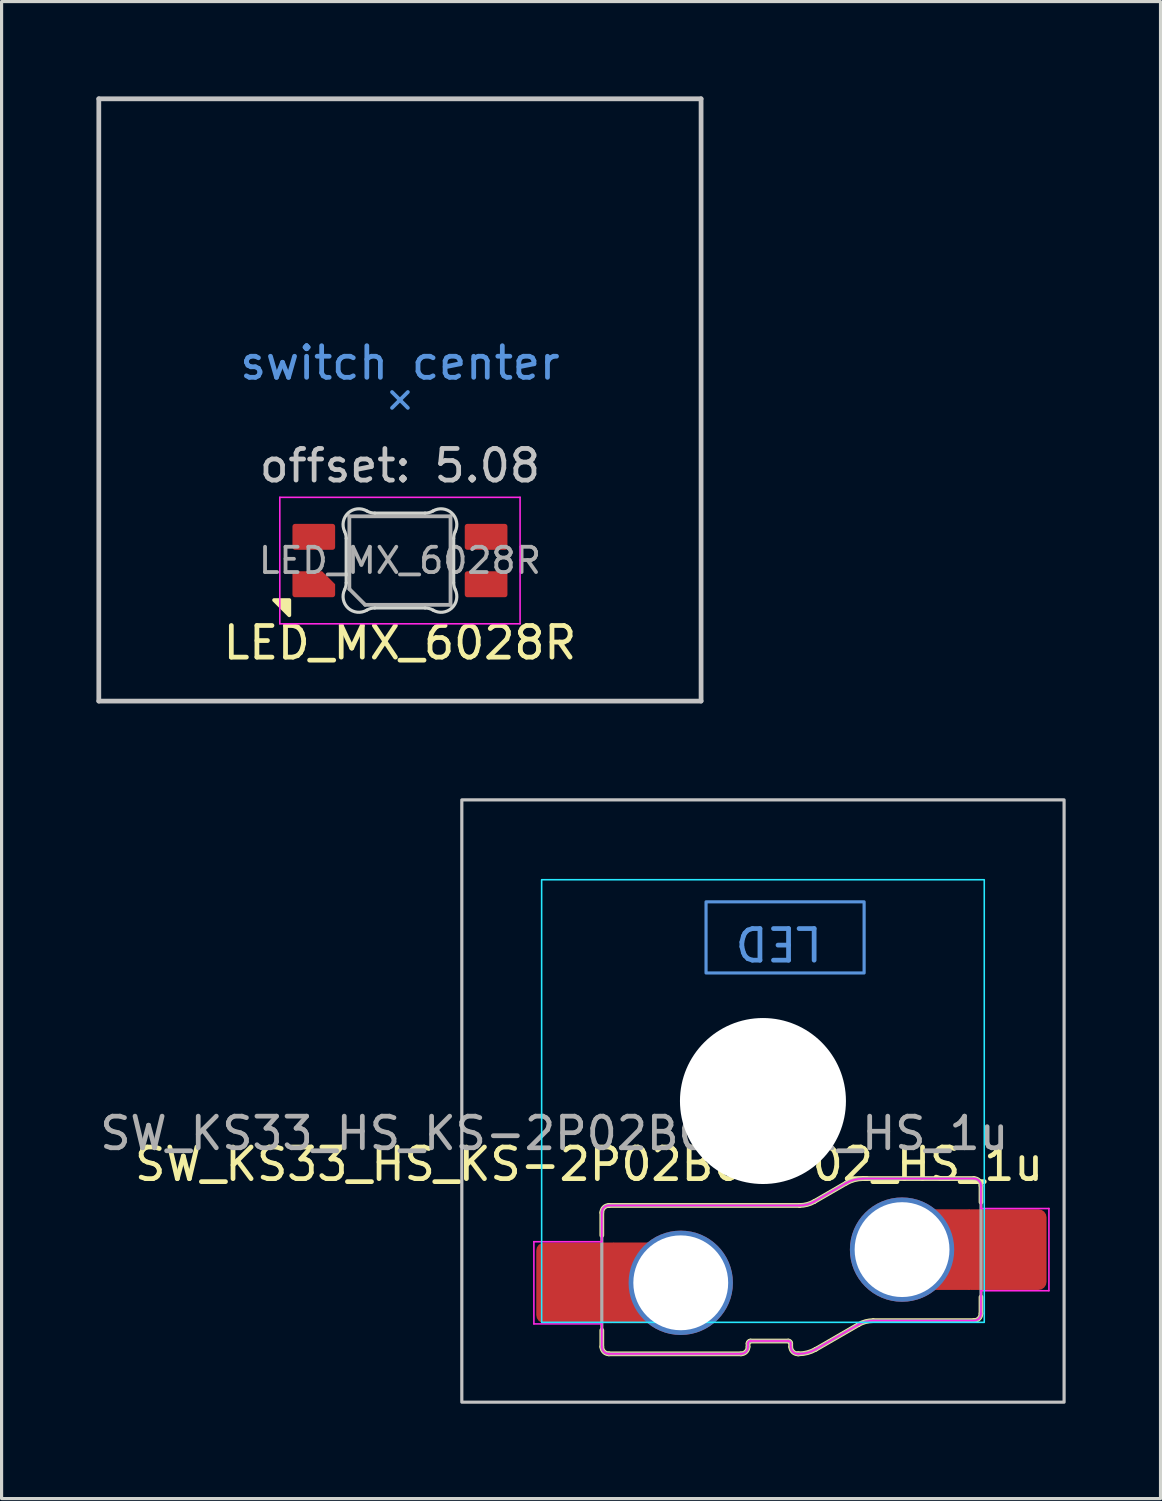
<source format=kicad_pcb>
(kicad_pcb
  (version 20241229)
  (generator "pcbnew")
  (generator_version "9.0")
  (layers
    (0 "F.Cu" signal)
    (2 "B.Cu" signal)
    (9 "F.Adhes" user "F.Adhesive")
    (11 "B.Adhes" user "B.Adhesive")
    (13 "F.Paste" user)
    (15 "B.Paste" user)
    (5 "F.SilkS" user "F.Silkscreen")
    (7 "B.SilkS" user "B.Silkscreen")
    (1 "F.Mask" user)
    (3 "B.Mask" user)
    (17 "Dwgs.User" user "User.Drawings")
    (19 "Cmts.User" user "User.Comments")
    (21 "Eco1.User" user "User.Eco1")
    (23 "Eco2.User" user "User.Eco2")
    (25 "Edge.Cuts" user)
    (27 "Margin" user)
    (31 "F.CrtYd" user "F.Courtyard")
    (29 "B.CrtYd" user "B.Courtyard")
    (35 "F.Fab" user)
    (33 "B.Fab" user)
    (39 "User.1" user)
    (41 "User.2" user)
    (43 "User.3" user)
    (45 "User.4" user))
  (footprint "LED_MX_6028R"
    (layer "F.Cu")
    (at 9.6 14.68)
    (property "Reference" "LED_MX_6028R" (at 0 2.6 0) (layer "F.SilkS") (effects (font (size 1 1) (thickness 0.15))))
    (attr smd)
    (fp_poly (pts (xy -3.5 1.25) (xy -3.5 1.73) (xy -3.98 1.25) (xy -3.5 1.25)) (stroke (width 0.12) (type solid)) (fill yes) (layer "F.SilkS"))
    (fp_line (start -9.525 -14.605) (end -9.525 4.445) (stroke (width 0.15) (type solid)) (layer "Dwgs.User"))
    (fp_line (start -9.525 4.445) (end 9.525 4.445) (stroke (width 0.15) (type solid)) (layer "Dwgs.User"))
    (fp_line (start 9.525 -14.605) (end -9.525 -14.605) (stroke (width 0.15) (type solid)) (layer "Dwgs.User"))
    (fp_line (start 9.525 4.445) (end 9.525 -14.605) (stroke (width 0.15) (type solid)) (layer "Dwgs.User"))
    (fp_line (start -0.25 -4.83) (end 0 -5.08) (stroke (width 0.12) (type solid)) (layer "Cmts.User"))
    (fp_line (start 0 -5.08) (end -0.25 -5.33) (stroke (width 0.12) (type solid)) (layer "Cmts.User"))
    (fp_line (start 0 -5.08) (end 0.25 -5.33) (stroke (width 0.12) (type solid)) (layer "Cmts.User"))
    (fp_line (start 0.25 -4.83) (end 0 -5.08) (stroke (width 0.12) (type solid)) (layer "Cmts.User"))
    (fp_line (start -1.7 -0.703) (end -1.7 0.703) (stroke (width 0.1) (type solid)) (layer "Edge.Cuts"))
    (fp_line (start -0.794 1.5) (end 0.794 1.5) (stroke (width 0.1) (type solid)) (layer "Edge.Cuts"))
    (fp_line (start 0.794 -1.5) (end -0.794 -1.5) (stroke (width 0.1) (type solid)) (layer "Edge.Cuts"))
    (fp_line (start 1.7 0.703) (end 1.7 -0.703) (stroke (width 0.1) (type solid)) (layer "Edge.Cuts"))
    (fp_arc (start -1.749484 -0.919721) (mid -1.712527 -0.814069) (end -1.699999 -0.702844) (stroke (width 0.1) (type solid)) (layer "Edge.Cuts"))
    (fp_arc (start -1.749484 -0.919721) (mid -1.63807 -1.504035) (end -1.046711 -1.568299) (stroke (width 0.1) (type solid)) (layer "Edge.Cuts"))
    (fp_arc (start -1.699999 0.702841) (mid -1.712527 0.814067) (end -1.749484 0.919719) (stroke (width 0.1) (type solid)) (layer "Edge.Cuts"))
    (fp_arc (start -1.046711 1.568298) (mid -1.638072 1.504034) (end -1.749484 0.919718) (stroke (width 0.1) (type solid)) (layer "Edge.Cuts"))
    (fp_arc (start -1.046711 1.568298) (mid -0.925123 1.517376) (end -0.794452 1.499999) (stroke (width 0.1) (type solid)) (layer "Edge.Cuts"))
    (fp_arc (start -0.794453 -1.5) (mid -0.925123 -1.517377) (end -1.046711 -1.568299) (stroke (width 0.1) (type solid)) (layer "Edge.Cuts"))
    (fp_arc (start 0.794452 1.499999) (mid 0.925122 1.517376) (end 1.04671 1.568298) (stroke (width 0.1) (type solid)) (layer "Edge.Cuts"))
    (fp_arc (start 1.046711 -1.5683) (mid 0.925123 -1.517378) (end 0.794453 -1.500001) (stroke (width 0.1) (type solid)) (layer "Edge.Cuts"))
    (fp_arc (start 1.046711 -1.5683) (mid 1.638072 -1.504036) (end 1.749484 -0.919721) (stroke (width 0.1) (type solid)) (layer "Edge.Cuts"))
    (fp_arc (start 1.699999 -0.702843) (mid 1.712515 -0.814073) (end 1.749484 -0.919721) (stroke (width 0.1) (type solid)) (layer "Edge.Cuts"))
    (fp_arc (start 1.749484 0.919719) (mid 1.638072 1.504037) (end 1.046711 1.568296) (stroke (width 0.1) (type solid)) (layer "Edge.Cuts"))
    (fp_arc (start 1.749484 0.919719) (mid 1.712537 0.814065) (end 1.699999 0.702842) (stroke (width 0.1) (type solid)) (layer "Edge.Cuts"))
    (fp_line (start -3.8 -2) (end 3.8 -2) (stroke (width 0.05) (type solid)) (layer "F.CrtYd"))
    (fp_line (start -3.8 2) (end -3.8 -2) (stroke (width 0.05) (type solid)) (layer "F.CrtYd"))
    (fp_line (start 3.8 -2) (end 3.8 2) (stroke (width 0.05) (type solid)) (layer "F.CrtYd"))
    (fp_line (start 3.8 2) (end -3.8 2) (stroke (width 0.05) (type solid)) (layer "F.CrtYd"))
    (fp_line (start -1.6 -1.4) (end 1.6 -1.4) (stroke (width 0.12) (type solid)) (layer "F.Fab"))
    (fp_line (start -1.6 0.9) (end -1.6 -1.4) (stroke (width 0.12) (type solid)) (layer "F.Fab"))
    (fp_line (start -1.6 0.9) (end -1.1 1.4) (stroke (width 0.12) (type solid)) (layer "F.Fab"))
    (fp_line (start 1.6 -1.4) (end 1.6 1.4) (stroke (width 0.12) (type solid)) (layer "F.Fab"))
    (fp_line (start 1.6 1.4) (end -1.1 1.4) (stroke (width 0.12) (type solid)) (layer "F.Fab"))
    (fp_text user "offset: 5.08" (at 0 -3 0) (layer "Dwgs.User") (effects (font (size 1 1) (thickness 0.15))))
    (fp_text user "switch center" (at 0 -6.25 0) (layer "Cmts.User") (effects (font (size 1 1) (thickness 0.15))))
    (fp_text user "${REFERENCE}" (at 0 0 0) (layer "F.Fab") (effects (font (size 0.8 0.8) (thickness 0.12))))
    (pad "1" smd roundrect (at 2.725 -0.75 270) (size 0.82 1.35) (layers "F.Cu" "F.Mask" "F.Paste") (roundrect_rratio 0.1))
    (pad "2" smd roundrect (at 2.725 0.75 270) (size 0.82 1.35) (layers "F.Cu" "F.Mask" "F.Paste") (roundrect_rratio 0.1))
    (pad "3" smd roundrect (at -2.725 -0.75 270) (size 0.82 1.35) (layers "F.Cu" "F.Mask" "F.Paste") (roundrect_rratio 0.1))
    (pad "4" smd roundrect (at -2.725 0.75 270) (size 0.82 1.35) (layers "F.Cu" "F.Mask" "F.Paste") (roundrect_rratio 0.1) (chamfer_ratio 0.5) (chamfer top_left)))
  (footprint "SW_KS33_HS_KS-2P02B01-02_HS_1u"
    (layer "F.Cu")
    (at 21.082 31.775)
    (property "Reference" "SW_KS33_HS_KS-2P02B01-02_HS_1u" (at -5.5 2 0) (layer "F.SilkS") (effects (font (size 1 1) (thickness 0.15))))
    (attr smd)
    (fp_line (start -5.097 3.528) (end -5.097 4.25) (stroke (width 0.15) (type solid)) (layer "F.SilkS"))
    (fp_line (start -5.097 7.772) (end -5.097 7.25) (stroke (width 0.15) (type solid)) (layer "F.SilkS"))
    (fp_line (start -4.872 3.303) (end 1.161 3.303) (stroke (width 0.15) (type solid)) (layer "F.SilkS"))
    (fp_line (start -0.697 7.997) (end -4.872 7.997) (stroke (width 0.15) (type solid)) (layer "F.SilkS"))
    (fp_line (start -0.472 7.666) (end -0.472 7.772) (stroke (width 0.15) (type solid)) (layer "F.SilkS"))
    (fp_line (start 0.803 7.591) (end -0.397 7.591) (stroke (width 0.15) (type solid)) (layer "F.SilkS"))
    (fp_line (start 0.878 7.772) (end 0.878 7.666) (stroke (width 0.15) (type solid)) (layer "F.SilkS"))
    (fp_line (start 1.131 7.997) (end 1.103 7.997) (stroke (width 0.15) (type solid)) (layer "F.SilkS"))
    (fp_line (start 1.623 3.18) (end 2.631 2.597) (stroke (width 0.15) (type solid)) (layer "F.SilkS"))
    (fp_line (start 3.023 7.07) (end 1.669 7.853) (stroke (width 0.15) (type solid)) (layer "F.SilkS"))
    (fp_line (start 3.169 2.453) (end 6.672 2.453) (stroke (width 0.15) (type solid)) (layer "F.SilkS"))
    (fp_line (start 6.672 6.947) (end 3.486 6.947) (stroke (width 0.15) (type solid)) (layer "F.SilkS"))
    (fp_line (start 6.897 2.678) (end 6.897 3.2) (stroke (width 0.15) (type solid)) (layer "F.SilkS"))
    (fp_line (start 6.897 6.722) (end 6.897 6.2) (stroke (width 0.15) (type solid)) (layer "F.SilkS"))
    (fp_arc (start -5.096509 3.528462) (mid -5.030608 3.369392) (end -4.871538 3.303491) (stroke (width 0.15) (type solid)) (layer "F.SilkS"))
    (fp_arc (start -4.871547 7.996509) (mid -5.030611 7.930605) (end -5.096509 7.771538) (stroke (width 0.15) (type solid)) (layer "F.SilkS"))
    (fp_arc (start -0.471517 7.666366) (mid -0.44955 7.613333) (end -0.396517 7.591366) (stroke (width 0.15) (type solid)) (layer "F.SilkS"))
    (fp_arc (start -0.471517 7.772359) (mid -0.537421 7.931461) (end -0.696525 7.997359) (stroke (width 0.15) (type solid)) (layer "F.SilkS"))
    (fp_arc (start 0.803483 7.591366) (mid 0.856495 7.613354) (end 0.878483 7.666366) (stroke (width 0.15) (type solid)) (layer "F.SilkS"))
    (fp_arc (start 1.103483 7.996509) (mid 0.944382 7.930609) (end 0.878483 7.771509) (stroke (width 0.15) (type solid)) (layer "F.SilkS"))
    (fp_arc (start 1.623227 3.179574) (mid 1.400151 3.271972) (end 1.160763 3.303491) (stroke (width 0.15) (type solid)) (layer "F.SilkS"))
    (fp_arc (start 1.66858 7.852507) (mid 1.409348 7.959882) (end 1.131159 7.996509) (stroke (width 0.15) (type solid)) (layer "F.SilkS"))
    (fp_arc (start 2.63142 2.597493) (mid 2.890656 2.490138) (end 3.168841 2.453491) (stroke (width 0.15) (type solid)) (layer "F.SilkS"))
    (fp_arc (start 3.023183 7.070426) (mid 3.246255 6.978013) (end 3.485647 6.946509) (stroke (width 0.15) (type solid)) (layer "F.SilkS"))
    (fp_arc (start 6.671525 2.453491) (mid 6.830601 2.51939) (end 6.896509 2.678462) (stroke (width 0.15) (type solid)) (layer "F.SilkS"))
    (fp_arc (start 6.896509 6.721538) (mid 6.830605 6.880605) (end 6.671538 6.946509) (stroke (width 0.15) (type solid)) (layer "F.SilkS"))
    (fp_rect (start -9.525 -9.525) (end 9.525 9.525) (stroke (width 0.1) (type default)) (fill no) (layer "Dwgs.User"))
    (fp_rect (start 3.2 -6.3) (end -1.8 -4.05) (stroke (width 0.1) (type default)) (fill no) (layer "Cmts.User"))
    (fp_line (start -7 6.5) (end -7 -6.5) (stroke (width 0.1) (type default)) (layer "Eco2.User"))
    (fp_line (start -6.5 -7) (end 6.5 -7) (stroke (width 0.1) (type default)) (layer "Eco2.User"))
    (fp_line (start 6.5 7) (end -6.5 7) (stroke (width 0.1) (type default)) (layer "Eco2.User"))
    (fp_line (start 7 -6.5) (end 7 6.5) (stroke (width 0.1) (type default)) (layer "Eco2.User"))
    (fp_arc (start -7 -6.5) (mid -6.853553 -6.853553) (end -6.5 -7) (stroke (width 0.1) (type default)) (layer "Eco2.User"))
    (fp_arc (start -6.5 7) (mid -6.853553 6.853553) (end -7 6.5) (stroke (width 0.1) (type default)) (layer "Eco2.User"))
    (fp_arc (start 6.5 -7) (mid 6.853553 -6.853553) (end 7 -6.5) (stroke (width 0.1) (type default)) (layer "Eco2.User"))
    (fp_arc (start 7 6.5) (mid 6.853553 6.853553) (end 6.5 7) (stroke (width 0.1) (type default)) (layer "Eco2.User"))
    (fp_rect (start -7 -7) (end 7 7) (stroke (width 0.05) (type default)) (fill no) (layer "B.CrtYd"))
    (fp_line (start -7.245 4.45) (end -5.097 4.45) (stroke (width 0.05) (type solid)) (layer "F.CrtYd"))
    (fp_line (start -7.245 7.05) (end -7.245 4.45) (stroke (width 0.05) (type solid)) (layer "F.CrtYd"))
    (fp_line (start -5.097 4.45) (end -5.097 3.528) (stroke (width 0.05) (type default)) (layer "F.CrtYd"))
    (fp_line (start -5.097 7.05) (end -7.245 7.05) (stroke (width 0.05) (type solid)) (layer "F.CrtYd"))
    (fp_line (start -5.097 7.772) (end -5.097 7.05) (stroke (width 0.05) (type solid)) (layer "F.CrtYd"))
    (fp_line (start -4.872 3.303) (end 1.161 3.303) (stroke (width 0.05) (type solid)) (layer "F.CrtYd"))
    (fp_line (start -0.697 7.997) (end -4.872 7.997) (stroke (width 0.05) (type solid)) (layer "F.CrtYd"))
    (fp_line (start -0.472 7.666) (end -0.472 7.772) (stroke (width 0.05) (type solid)) (layer "F.CrtYd"))
    (fp_line (start 0.803 7.591) (end -0.397 7.591) (stroke (width 0.05) (type solid)) (layer "F.CrtYd"))
    (fp_line (start 0.878 7.772) (end 0.878 7.666) (stroke (width 0.05) (type solid)) (layer "F.CrtYd"))
    (fp_line (start 1.131 7.997) (end 1.103 7.997) (stroke (width 0.05) (type solid)) (layer "F.CrtYd"))
    (fp_line (start 1.623 3.18) (end 2.631 2.597) (stroke (width 0.05) (type solid)) (layer "F.CrtYd"))
    (fp_line (start 3.023 7.07) (end 1.669 7.853) (stroke (width 0.05) (type solid)) (layer "F.CrtYd"))
    (fp_line (start 3.169 2.453) (end 6.672 2.453) (stroke (width 0.05) (type solid)) (layer "F.CrtYd"))
    (fp_line (start 6.672 6.947) (end 3.486 6.947) (stroke (width 0.05) (type solid)) (layer "F.CrtYd"))
    (fp_line (start 6.897 2.678) (end 6.897 3.4) (stroke (width 0.05) (type default)) (layer "F.CrtYd"))
    (fp_line (start 6.897 3.4) (end 9.045 3.4) (stroke (width 0.05) (type solid)) (layer "F.CrtYd"))
    (fp_line (start 6.897 6.722) (end 6.897 6) (stroke (width 0.05) (type default)) (layer "F.CrtYd"))
    (fp_line (start 9.045 3.4) (end 9.045 6) (stroke (width 0.05) (type solid)) (layer "F.CrtYd"))
    (fp_line (start 9.045 6) (end 6.897 6) (stroke (width 0.05) (type solid)) (layer "F.CrtYd"))
    (fp_arc (start -5.096509 3.528462) (mid -5.030608 3.369392) (end -4.871538 3.303491) (stroke (width 0.05) (type solid)) (layer "F.CrtYd"))
    (fp_arc (start -4.871547 7.996509) (mid -5.030611 7.930605) (end -5.096509 7.771538) (stroke (width 0.05) (type solid)) (layer "F.CrtYd"))
    (fp_arc (start -0.471517 7.666366) (mid -0.44955 7.613333) (end -0.396517 7.591366) (stroke (width 0.05) (type solid)) (layer "F.CrtYd"))
    (fp_arc (start -0.471517 7.772359) (mid -0.537421 7.931461) (end -0.696525 7.997359) (stroke (width 0.05) (type solid)) (layer "F.CrtYd"))
    (fp_arc (start 0.803483 7.591366) (mid 0.856495 7.613354) (end 0.878483 7.666366) (stroke (width 0.05) (type solid)) (layer "F.CrtYd"))
    (fp_arc (start 1.103483 7.996509) (mid 0.944382 7.930609) (end 0.878483 7.771509) (stroke (width 0.05) (type solid)) (layer "F.CrtYd"))
    (fp_arc (start 1.623227 3.179574) (mid 1.400151 3.271972) (end 1.160763 3.303491) (stroke (width 0.05) (type solid)) (layer "F.CrtYd"))
    (fp_arc (start 1.66858 7.852507) (mid 1.409348 7.959882) (end 1.131159 7.996509) (stroke (width 0.05) (type solid)) (layer "F.CrtYd"))
    (fp_arc (start 2.63142 2.597493) (mid 2.890656 2.490138) (end 3.168841 2.453491) (stroke (width 0.05) (type solid)) (layer "F.CrtYd"))
    (fp_arc (start 3.023183 7.070426) (mid 3.246255 6.978013) (end 3.485647 6.946509) (stroke (width 0.05) (type solid)) (layer "F.CrtYd"))
    (fp_arc (start 6.671525 2.453491) (mid 6.830601 2.51939) (end 6.896509 2.678462) (stroke (width 0.05) (type solid)) (layer "F.CrtYd"))
    (fp_arc (start 6.896509 6.721538) (mid 6.830605 6.880605) (end 6.671538 6.946509) (stroke (width 0.05) (type solid)) (layer "F.CrtYd"))
    (fp_line (start -5.097 7.772) (end -5.097 3.528) (stroke (width 0.1) (type solid)) (layer "F.Fab"))
    (fp_line (start -4.872 3.303) (end 1.161 3.303) (stroke (width 0.1) (type solid)) (layer "F.Fab"))
    (fp_line (start -0.697 7.997) (end -4.872 7.997) (stroke (width 0.1) (type solid)) (layer "F.Fab"))
    (fp_line (start -0.472 7.666) (end -0.472 7.772) (stroke (width 0.1) (type solid)) (layer "F.Fab"))
    (fp_line (start 0.803 7.591) (end -0.397 7.591) (stroke (width 0.1) (type solid)) (layer "F.Fab"))
    (fp_line (start 0.878 7.772) (end 0.878 7.666) (stroke (width 0.1) (type solid)) (layer "F.Fab"))
    (fp_line (start 1.131 7.997) (end 1.103 7.997) (stroke (width 0.1) (type solid)) (layer "F.Fab"))
    (fp_line (start 1.623 3.18) (end 2.631 2.597) (stroke (width 0.1) (type solid)) (layer "F.Fab"))
    (fp_line (start 3.023 7.07) (end 1.669 7.853) (stroke (width 0.1) (type solid)) (layer "F.Fab"))
    (fp_line (start 3.169 2.453) (end 6.672 2.453) (stroke (width 0.1) (type solid)) (layer "F.Fab"))
    (fp_line (start 6.672 6.947) (end 3.486 6.947) (stroke (width 0.1) (type solid)) (layer "F.Fab"))
    (fp_line (start 6.897 2.678) (end 6.897 6.722) (stroke (width 0.1) (type solid)) (layer "F.Fab"))
    (fp_arc (start -5.096509 3.528462) (mid -5.030608 3.369392) (end -4.871538 3.303491) (stroke (width 0.1) (type solid)) (layer "F.Fab"))
    (fp_arc (start -4.871547 7.996509) (mid -5.030611 7.930605) (end -5.096509 7.771538) (stroke (width 0.1) (type solid)) (layer "F.Fab"))
    (fp_arc (start -0.471517 7.666366) (mid -0.44955 7.613333) (end -0.396517 7.591366) (stroke (width 0.1) (type solid)) (layer "F.Fab"))
    (fp_arc (start -0.471517 7.772359) (mid -0.537421 7.931461) (end -0.696525 7.997359) (stroke (width 0.1) (type solid)) (layer "F.Fab"))
    (fp_arc (start 0.803483 7.591366) (mid 0.856495 7.613354) (end 0.878483 7.666366) (stroke (width 0.1) (type solid)) (layer "F.Fab"))
    (fp_arc (start 1.103483 7.996509) (mid 0.944382 7.930609) (end 0.878483 7.771509) (stroke (width 0.1) (type solid)) (layer "F.Fab"))
    (fp_arc (start 1.623227 3.179574) (mid 1.400151 3.271972) (end 1.160763 3.303491) (stroke (width 0.1) (type solid)) (layer "F.Fab"))
    (fp_arc (start 1.66858 7.852507) (mid 1.409348 7.959882) (end 1.131159 7.996509) (stroke (width 0.1) (type solid)) (layer "F.Fab"))
    (fp_arc (start 2.63142 2.597493) (mid 2.890656 2.490138) (end 3.168841 2.453491) (stroke (width 0.1) (type solid)) (layer "F.Fab"))
    (fp_arc (start 3.023183 7.070426) (mid 3.246255 6.978013) (end 3.485647 6.946509) (stroke (width 0.1) (type solid)) (layer "F.Fab"))
    (fp_arc (start 6.671525 2.453491) (mid 6.830601 2.51939) (end 6.896509 2.678462) (stroke (width 0.1) (type solid)) (layer "F.Fab"))
    (fp_arc (start 6.896509 6.721538) (mid 6.830605 6.880605) (end 6.671538 6.946509) (stroke (width 0.1) (type solid)) (layer "F.Fab"))
    (fp_text user "LED" (at 0.5 -5 180) (unlocked yes) (layer "Cmts.User") (effects (font (size 1 1) (thickness 0.15))))
    (fp_text user "${REFERENCE}" (at -6.6 1.024 0) (layer "F.Fab") (effects (font (size 1 1) (thickness 0.15))))
    (pad "" np_thru_hole circle (at 0 0) (size 5.25 5.25) (drill 5.25) (layers "*.Cu" "*.Mask"))
    (pad "1" thru_hole circle (at 4.4 4.7 180) (size 3.3 3.3) (drill 3) (layers "*.Cu" "F.Mask"))
    (pad "1" smd rect (at 5.95 4.7 180) (size 1.2 2.55) (layers "F.Cu"))
    (pad "1" smd roundrect (at 7.645 4.7 180) (size 2.65 2.55) (layers "F.Cu" "F.Mask" "F.Paste") (roundrect_rratio 0.1))
    (pad "2" smd roundrect (at -5.845 5.75 180) (size 2.65 2.55) (layers "F.Cu" "F.Mask" "F.Paste") (roundrect_rratio 0.1))
    (pad "2" smd rect (at -4.15 5.75) (size 1.2 2.55) (layers "F.Cu"))
    (pad "2" thru_hole circle (at -2.6 5.75 180) (size 3.3 3.3) (drill 3) (layers "*.Cu" "F.Mask")))
  (gr_rect
    (start -3 -3)
    (end 33.657 44.35)
    (stroke (width 0.1) (type default))
    (fill no)
    (layer "Edge.Cuts")))
</source>
